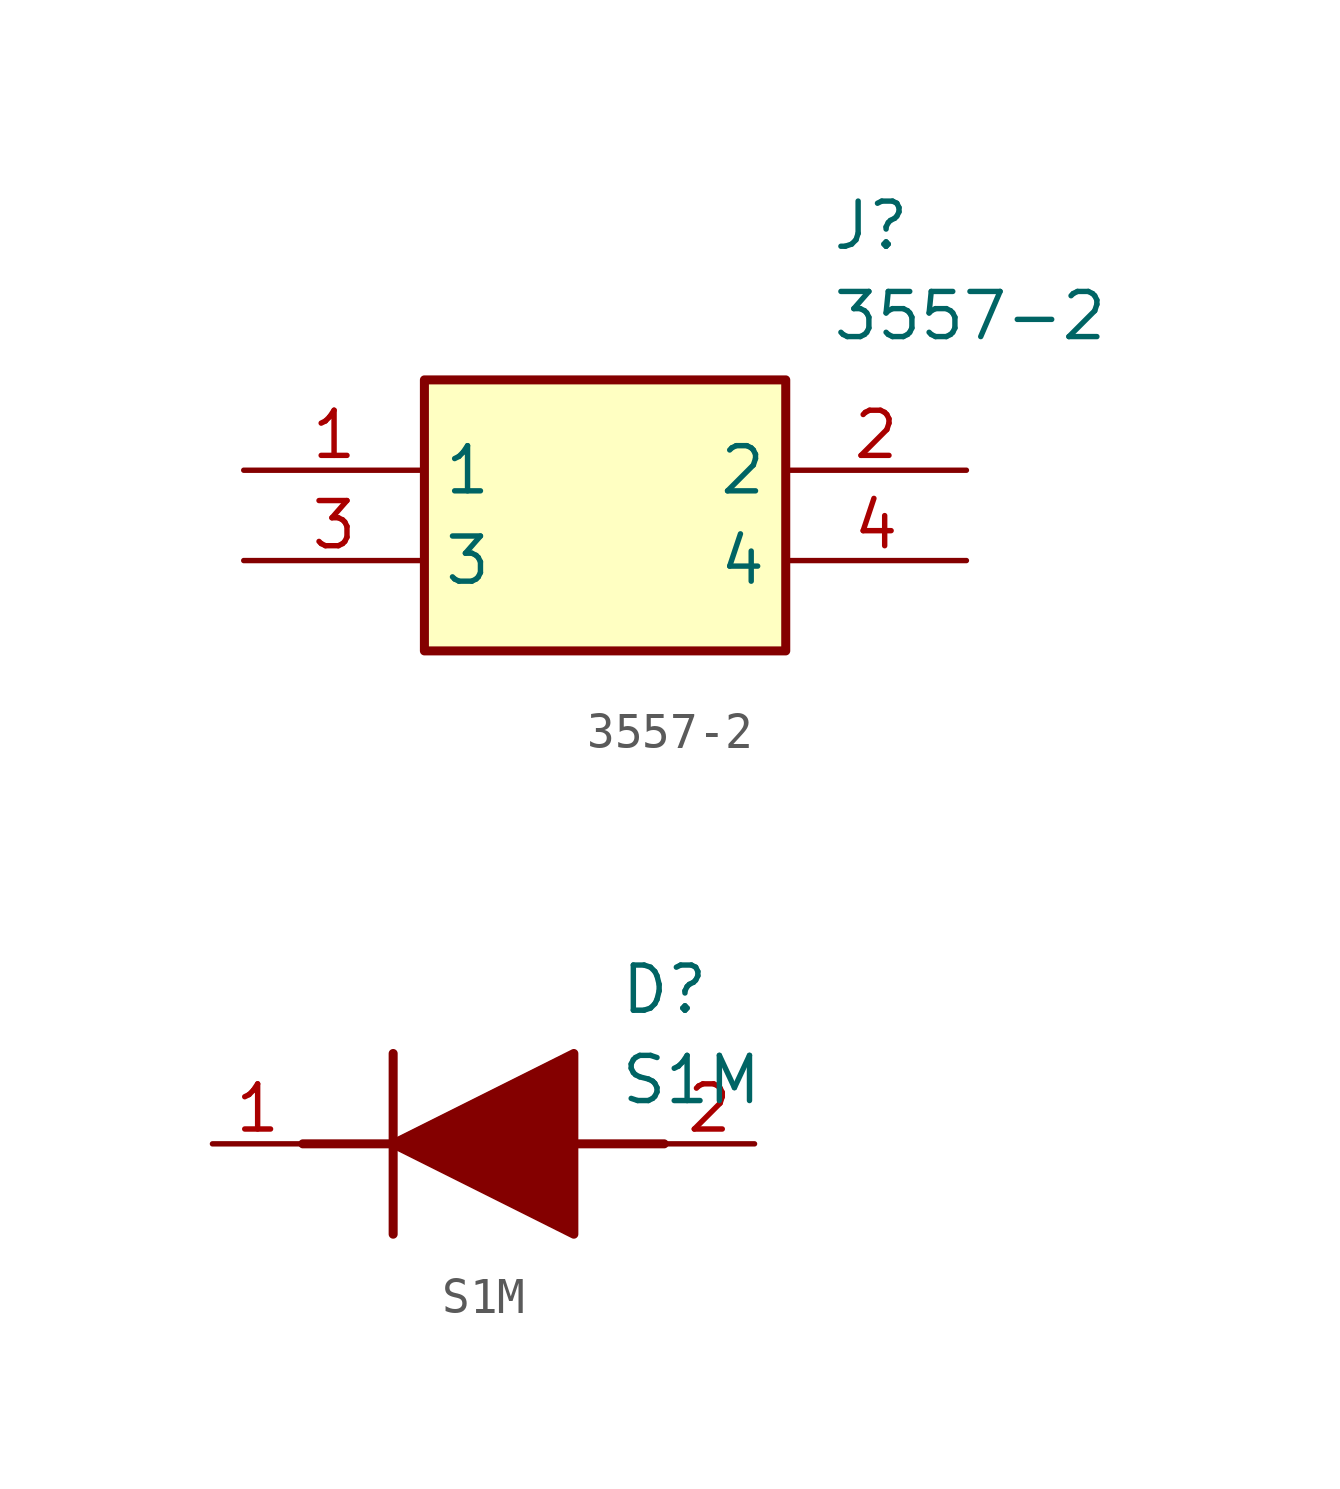
<source format=kicad_sym>
(kicad_symbol_lib
  (version 20231120)
  (generator "kicad_symbol_editor")
  (generator_version "8.0")
  (symbol "3557-2"
    (property "Reference" "J"
      (at 16.51 7.62 0)
      (effects (font (size 1.27 1.27)) (justify left top)))
    (property "Value" "3557-2"
      (at 16.51 5.08 0)
      (effects (font (size 1.27 1.27)) (justify left top)))
    (symbol "3557-2_1_1"
      (rectangle (start 5.08 2.54) (end 15.24 -5.08) (stroke (width 0.254) (type default)) (fill (type background)))
      (pin passive line (at 0 0 0) (length 5.08) (name "1" (effects (font (size 1.27 1.27)))) (number "1" (effects (font (size 1.27 1.27)))))
      (pin passive line (at 20.32 0 180) (length 5.08) (name "2" (effects (font (size 1.27 1.27)))) (number "2" (effects (font (size 1.27 1.27)))))
      (pin passive line (at 0 -2.54 0) (length 5.08) (name "3" (effects (font (size 1.27 1.27)))) (number "3" (effects (font (size 1.27 1.27)))))
      (pin passive line (at 20.32 -2.54 180) (length 5.08) (name "4" (effects (font (size 1.27 1.27)))) (number "4" (effects (font (size 1.27 1.27)))))))
  (symbol "S1M"
    (pin_names hide)
    (property "Reference" "D"
      (at 11.43 5.08 0)
      (effects (font (size 1.27 1.27)) (justify left top)))
    (property "Value" "S1M"
      (at 11.43 2.54 0)
      (effects (font (size 1.27 1.27)) (justify left top)))
    (symbol "S1M_1_1"
      (polyline (pts (xy 2.54 0) (xy 5.08 0)) (stroke (width 0.254) (type default)) (fill (type none)))
      (polyline (pts (xy 5.08 2.54) (xy 5.08 -2.54)) (stroke (width 0.254) (type default)) (fill (type none)))
      (polyline (pts (xy 10.16 0) (xy 12.7 0)) (stroke (width 0.254) (type default)) (fill (type none)))
      (polyline (pts (xy 5.08 0) (xy 10.16 2.54) (xy 10.16 -2.54) (xy 5.08 0)) (stroke (width 0.254) (type default)) (fill (type outline)))
      (pin passive line (at 0 0 0) (length 2.54) (name "K" (effects (font (size 1.27 1.27)))) (number "1" (effects (font (size 1.27 1.27)))))
      (pin passive line (at 15.24 0 180) (length 2.54) (name "A" (effects (font (size 1.27 1.27)))) (number "2" (effects (font (size 1.27 1.27))))))))
</source>
